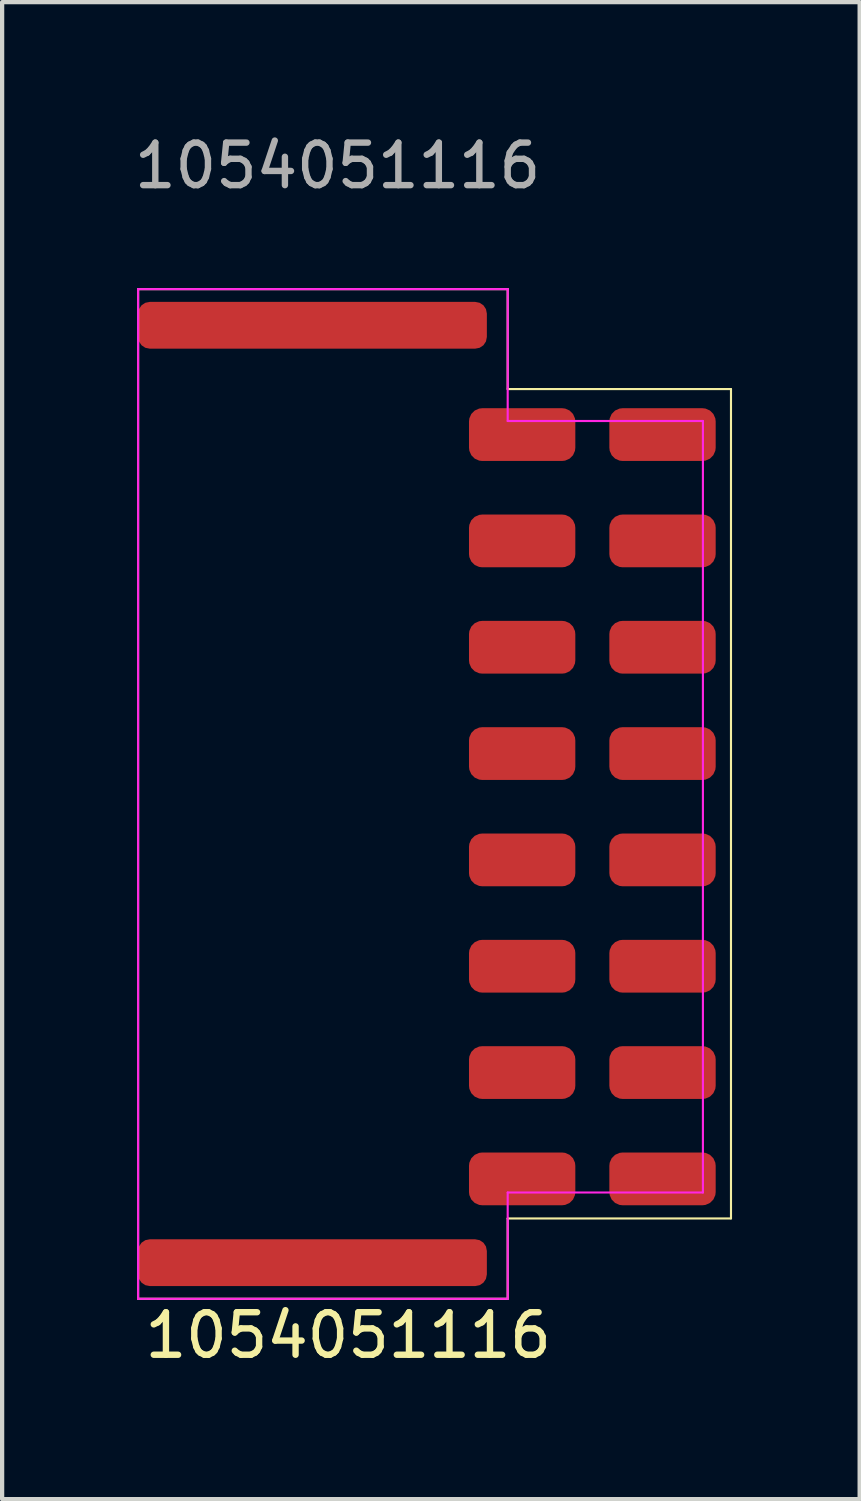
<source format=kicad_pcb>
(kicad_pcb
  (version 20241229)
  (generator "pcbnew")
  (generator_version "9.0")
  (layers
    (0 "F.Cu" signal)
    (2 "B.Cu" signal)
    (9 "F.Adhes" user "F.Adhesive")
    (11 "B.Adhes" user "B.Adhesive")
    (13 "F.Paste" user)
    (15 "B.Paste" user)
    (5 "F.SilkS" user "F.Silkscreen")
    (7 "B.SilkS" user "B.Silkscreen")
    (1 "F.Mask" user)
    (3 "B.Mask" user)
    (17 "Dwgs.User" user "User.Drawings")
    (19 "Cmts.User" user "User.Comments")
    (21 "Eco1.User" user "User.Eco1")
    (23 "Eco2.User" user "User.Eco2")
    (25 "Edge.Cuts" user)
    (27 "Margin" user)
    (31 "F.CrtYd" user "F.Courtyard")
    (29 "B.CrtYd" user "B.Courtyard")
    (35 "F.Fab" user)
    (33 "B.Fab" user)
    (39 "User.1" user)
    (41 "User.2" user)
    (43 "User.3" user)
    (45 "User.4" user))
  (footprint "1054051116"
    (layer "F.Cu")
    (at 6.887 15.848)
    (property "Reference" "1054051116" (at -1.75 12.5 0) (unlocked yes) (layer "F.SilkS") (effects (font (size 1 1) (thickness 0.15))))
    (fp_line (start -6.69 -12.1) (end 2 -12.1) (stroke (width 0.05) (type solid)) (layer "F.SilkS"))
    (fp_line (start -6.69 11.64) (end -6.69 -12.1) (stroke (width 0.05) (type solid)) (layer "F.SilkS"))
    (fp_line (start -6.69 11.64) (end 2 11.64) (stroke (width 0.05) (type solid)) (layer "F.SilkS"))
    (fp_line (start 2 -12.1) (end 2 -9.75) (stroke (width 0.05) (type solid)) (layer "F.SilkS"))
    (fp_line (start 2 -9.75) (end 7.25 -9.75) (stroke (width 0.05) (type solid)) (layer "F.SilkS"))
    (fp_line (start 2 11.64) (end 2 9.75) (stroke (width 0.05) (type solid)) (layer "F.SilkS"))
    (fp_line (start 7.25 -9.75) (end 7.25 9.75) (stroke (width 0.05) (type solid)) (layer "F.SilkS"))
    (fp_line (start 7.25 9.75) (end 2 9.75) (stroke (width 0.05) (type solid)) (layer "F.SilkS"))
    (fp_line (start -6.69 -12.1) (end 2 -12.1) (stroke (width 0.05) (type solid)) (layer "F.CrtYd"))
    (fp_line (start -6.69 11.64) (end -6.69 -12.1) (stroke (width 0.05) (type solid)) (layer "F.CrtYd"))
    (fp_line (start -6.69 11.64) (end 2 11.64) (stroke (width 0.05) (type solid)) (layer "F.CrtYd"))
    (fp_line (start 2 -12.1) (end 2 -9) (stroke (width 0.05) (type solid)) (layer "F.CrtYd"))
    (fp_line (start 2 -9) (end 6.59 -9) (stroke (width 0.05) (type solid)) (layer "F.CrtYd"))
    (fp_line (start 2 11.64) (end 2 9.14) (stroke (width 0.05) (type solid)) (layer "F.CrtYd"))
    (fp_line (start 6.59 -9) (end 6.59 9.14) (stroke (width 0.05) (type solid)) (layer "F.CrtYd"))
    (fp_line (start 6.59 9.14) (end 2 9.14) (stroke (width 0.05) (type solid)) (layer "F.CrtYd"))
    (fp_text user "${REFERENCE}" (at -2 -15 0) (unlocked yes) (layer "F.Fab") (effects (font (size 1 1) (thickness 0.15))))
    (pad "1" smd roundrect (at 2.34 8.82 90) (size 1.24 2.5) (layers "F.Cu" "F.Mask" "F.Paste") (roundrect_rratio 0.25))
    (pad "2" smd roundrect (at 5.64 8.82 90) (size 1.24 2.5) (layers "F.Cu" "F.Mask" "F.Paste") (roundrect_rratio 0.25))
    (pad "3" smd roundrect (at 2.34 6.32 90) (size 1.24 2.5) (layers "F.Cu" "F.Mask" "F.Paste") (roundrect_rratio 0.25))
    (pad "4" smd roundrect (at 5.64 6.32 90) (size 1.24 2.5) (layers "F.Cu" "F.Mask" "F.Paste") (roundrect_rratio 0.25))
    (pad "5" smd roundrect (at 2.34 3.82 90) (size 1.24 2.5) (layers "F.Cu" "F.Mask" "F.Paste") (roundrect_rratio 0.25))
    (pad "6" smd roundrect (at 5.64 3.82 90) (size 1.24 2.5) (layers "F.Cu" "F.Mask" "F.Paste") (roundrect_rratio 0.25))
    (pad "7" smd roundrect (at 2.34 1.32 90) (size 1.24 2.5) (layers "F.Cu" "F.Mask" "F.Paste") (roundrect_rratio 0.25))
    (pad "8" smd roundrect (at 5.64 1.32 90) (size 1.24 2.5) (layers "F.Cu" "F.Mask" "F.Paste") (roundrect_rratio 0.25))
    (pad "9" smd roundrect (at 2.34 -1.18 90) (size 1.24 2.5) (layers "F.Cu" "F.Mask" "F.Paste") (roundrect_rratio 0.25))
    (pad "10" smd roundrect (at 5.64 -1.18 90) (size 1.24 2.5) (layers "F.Cu" "F.Mask" "F.Paste") (roundrect_rratio 0.25))
    (pad "11" smd roundrect (at 2.34 -3.68 90) (size 1.24 2.5) (layers "F.Cu" "F.Mask" "F.Paste") (roundrect_rratio 0.25))
    (pad "12" smd roundrect (at 5.64 -3.68 90) (size 1.24 2.5) (layers "F.Cu" "F.Mask" "F.Paste") (roundrect_rratio 0.25))
    (pad "13" smd roundrect (at 2.34 -6.18 90) (size 1.24 2.5) (layers "F.Cu" "F.Mask" "F.Paste") (roundrect_rratio 0.25))
    (pad "14" smd roundrect (at 5.64 -6.18 90) (size 1.24 2.5) (layers "F.Cu" "F.Mask" "F.Paste") (roundrect_rratio 0.25))
    (pad "15" smd roundrect (at 2.34 -8.68 90) (size 1.24 2.5) (layers "F.Cu" "F.Mask" "F.Paste") (roundrect_rratio 0.25))
    (pad "16" smd roundrect (at 5.64 -8.68 90) (size 1.24 2.5) (layers "F.Cu" "F.Mask" "F.Paste") (roundrect_rratio 0.25))
    (pad "17" smd roundrect (at -2.59 -11.25 90) (size 1.1 8.2) (layers "F.Cu" "F.Mask" "F.Paste") (roundrect_rratio 0.25))
    (pad "17" smd roundrect (at -2.59 10.79 90) (size 1.1 8.2) (layers "F.Cu" "F.Mask" "F.Paste") (roundrect_rratio 0.25)))
  (gr_rect
    (start -3 -3)
    (end 17.162 32.197)
    (stroke (width 0.1) (type default))
    (fill no)
    (layer "Edge.Cuts")))
</source>
